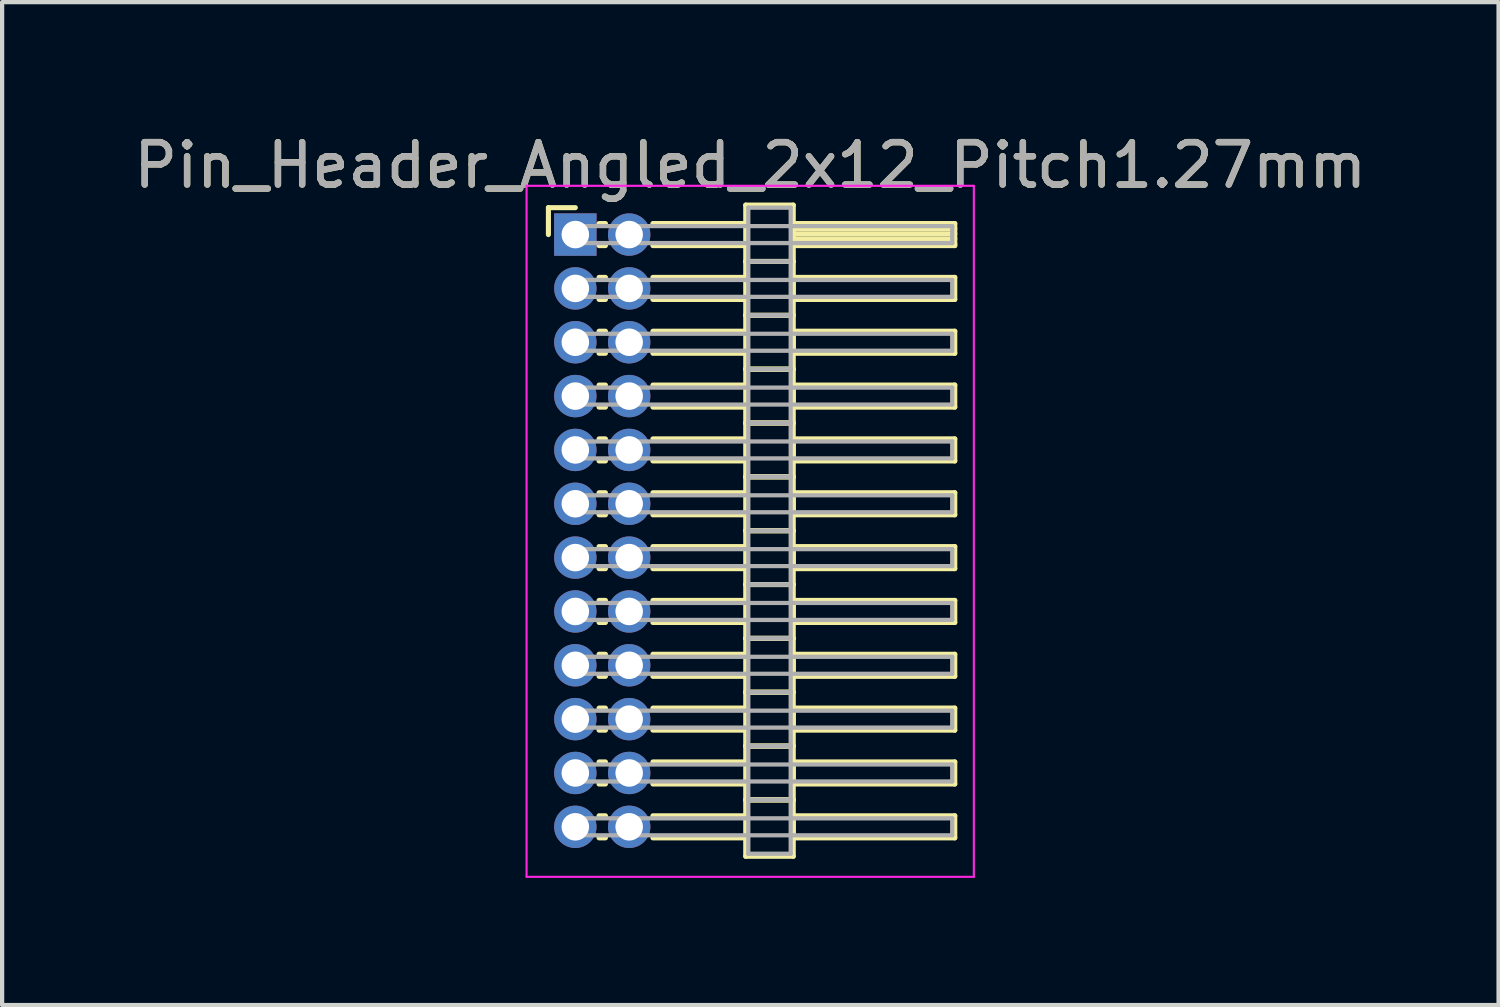
<source format=kicad_pcb>
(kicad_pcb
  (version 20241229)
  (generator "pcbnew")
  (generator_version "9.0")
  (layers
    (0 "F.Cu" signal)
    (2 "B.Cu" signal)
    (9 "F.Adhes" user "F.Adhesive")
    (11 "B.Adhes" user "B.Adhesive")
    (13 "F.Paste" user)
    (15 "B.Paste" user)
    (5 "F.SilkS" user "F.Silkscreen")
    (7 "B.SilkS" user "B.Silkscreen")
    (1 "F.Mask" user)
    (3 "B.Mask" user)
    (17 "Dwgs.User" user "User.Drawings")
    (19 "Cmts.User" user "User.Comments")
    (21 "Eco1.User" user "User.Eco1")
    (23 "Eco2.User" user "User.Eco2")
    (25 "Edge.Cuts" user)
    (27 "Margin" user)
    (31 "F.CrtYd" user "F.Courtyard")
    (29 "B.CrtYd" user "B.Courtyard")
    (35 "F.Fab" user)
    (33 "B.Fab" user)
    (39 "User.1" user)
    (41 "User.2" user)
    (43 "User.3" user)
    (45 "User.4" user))
  (footprint "Pin_Header_Angled_2x12_Pitch1.27mm"
    (layer "F.Cu")
    (at 10.521 2.483)
    (property "Reference" "Pin_Header_Angled_2x12_Pitch1.27mm" (at 4.128 -1.635 0) (layer "F.SilkS") (effects (font (size 1 1) (thickness 0.15))))
    (attr through_hole)
    (fp_line (start -0.635 -0.635) (end 0 -0.635) (stroke (width 0.12) (type solid)) (layer "F.SilkS"))
    (fp_line (start -0.635 0) (end -0.635 -0.635) (stroke (width 0.12) (type solid)) (layer "F.SilkS"))
    (fp_line (start 0.56 -0.26) (end 0.71 -0.26) (stroke (width 0.12) (type solid)) (layer "F.SilkS"))
    (fp_line (start 0.56 0.26) (end 0.71 0.26) (stroke (width 0.12) (type solid)) (layer "F.SilkS"))
    (fp_line (start 0.56 1.01) (end 0.71 1.01) (stroke (width 0.12) (type solid)) (layer "F.SilkS"))
    (fp_line (start 0.56 1.53) (end 0.71 1.53) (stroke (width 0.12) (type solid)) (layer "F.SilkS"))
    (fp_line (start 0.56 2.28) (end 0.71 2.28) (stroke (width 0.12) (type solid)) (layer "F.SilkS"))
    (fp_line (start 0.56 2.8) (end 0.71 2.8) (stroke (width 0.12) (type solid)) (layer "F.SilkS"))
    (fp_line (start 0.56 3.55) (end 0.71 3.55) (stroke (width 0.12) (type solid)) (layer "F.SilkS"))
    (fp_line (start 0.56 4.07) (end 0.71 4.07) (stroke (width 0.12) (type solid)) (layer "F.SilkS"))
    (fp_line (start 0.56 4.82) (end 0.71 4.82) (stroke (width 0.12) (type solid)) (layer "F.SilkS"))
    (fp_line (start 0.56 5.34) (end 0.71 5.34) (stroke (width 0.12) (type solid)) (layer "F.SilkS"))
    (fp_line (start 0.56 6.09) (end 0.71 6.09) (stroke (width 0.12) (type solid)) (layer "F.SilkS"))
    (fp_line (start 0.56 6.61) (end 0.71 6.61) (stroke (width 0.12) (type solid)) (layer "F.SilkS"))
    (fp_line (start 0.56 7.36) (end 0.71 7.36) (stroke (width 0.12) (type solid)) (layer "F.SilkS"))
    (fp_line (start 0.56 7.88) (end 0.71 7.88) (stroke (width 0.12) (type solid)) (layer "F.SilkS"))
    (fp_line (start 0.56 8.63) (end 0.71 8.63) (stroke (width 0.12) (type solid)) (layer "F.SilkS"))
    (fp_line (start 0.56 9.15) (end 0.71 9.15) (stroke (width 0.12) (type solid)) (layer "F.SilkS"))
    (fp_line (start 0.56 9.9) (end 0.71 9.9) (stroke (width 0.12) (type solid)) (layer "F.SilkS"))
    (fp_line (start 0.56 10.42) (end 0.71 10.42) (stroke (width 0.12) (type solid)) (layer "F.SilkS"))
    (fp_line (start 0.56 11.17) (end 0.71 11.17) (stroke (width 0.12) (type solid)) (layer "F.SilkS"))
    (fp_line (start 0.56 11.69) (end 0.71 11.69) (stroke (width 0.12) (type solid)) (layer "F.SilkS"))
    (fp_line (start 0.56 12.44) (end 0.71 12.44) (stroke (width 0.12) (type solid)) (layer "F.SilkS"))
    (fp_line (start 0.56 12.96) (end 0.71 12.96) (stroke (width 0.12) (type solid)) (layer "F.SilkS"))
    (fp_line (start 0.56 13.71) (end 0.71 13.71) (stroke (width 0.12) (type solid)) (layer "F.SilkS"))
    (fp_line (start 0.56 14.23) (end 0.71 14.23) (stroke (width 0.12) (type solid)) (layer "F.SilkS"))
    (fp_line (start 1.83 -0.26) (end 4.02 -0.26) (stroke (width 0.12) (type solid)) (layer "F.SilkS"))
    (fp_line (start 1.83 0.26) (end 4.02 0.26) (stroke (width 0.12) (type solid)) (layer "F.SilkS"))
    (fp_line (start 1.83 1.01) (end 4.02 1.01) (stroke (width 0.12) (type solid)) (layer "F.SilkS"))
    (fp_line (start 1.83 1.53) (end 4.02 1.53) (stroke (width 0.12) (type solid)) (layer "F.SilkS"))
    (fp_line (start 1.83 2.28) (end 4.02 2.28) (stroke (width 0.12) (type solid)) (layer "F.SilkS"))
    (fp_line (start 1.83 2.8) (end 4.02 2.8) (stroke (width 0.12) (type solid)) (layer "F.SilkS"))
    (fp_line (start 1.83 3.55) (end 4.02 3.55) (stroke (width 0.12) (type solid)) (layer "F.SilkS"))
    (fp_line (start 1.83 4.07) (end 4.02 4.07) (stroke (width 0.12) (type solid)) (layer "F.SilkS"))
    (fp_line (start 1.83 4.82) (end 4.02 4.82) (stroke (width 0.12) (type solid)) (layer "F.SilkS"))
    (fp_line (start 1.83 5.34) (end 4.02 5.34) (stroke (width 0.12) (type solid)) (layer "F.SilkS"))
    (fp_line (start 1.83 6.09) (end 4.02 6.09) (stroke (width 0.12) (type solid)) (layer "F.SilkS"))
    (fp_line (start 1.83 6.61) (end 4.02 6.61) (stroke (width 0.12) (type solid)) (layer "F.SilkS"))
    (fp_line (start 1.83 7.36) (end 4.02 7.36) (stroke (width 0.12) (type solid)) (layer "F.SilkS"))
    (fp_line (start 1.83 7.88) (end 4.02 7.88) (stroke (width 0.12) (type solid)) (layer "F.SilkS"))
    (fp_line (start 1.83 8.63) (end 4.02 8.63) (stroke (width 0.12) (type solid)) (layer "F.SilkS"))
    (fp_line (start 1.83 9.15) (end 4.02 9.15) (stroke (width 0.12) (type solid)) (layer "F.SilkS"))
    (fp_line (start 1.83 9.9) (end 4.02 9.9) (stroke (width 0.12) (type solid)) (layer "F.SilkS"))
    (fp_line (start 1.83 10.42) (end 4.02 10.42) (stroke (width 0.12) (type solid)) (layer "F.SilkS"))
    (fp_line (start 1.83 11.17) (end 4.02 11.17) (stroke (width 0.12) (type solid)) (layer "F.SilkS"))
    (fp_line (start 1.83 11.69) (end 4.02 11.69) (stroke (width 0.12) (type solid)) (layer "F.SilkS"))
    (fp_line (start 1.83 12.44) (end 4.02 12.44) (stroke (width 0.12) (type solid)) (layer "F.SilkS"))
    (fp_line (start 1.83 12.96) (end 4.02 12.96) (stroke (width 0.12) (type solid)) (layer "F.SilkS"))
    (fp_line (start 1.83 13.71) (end 4.02 13.71) (stroke (width 0.12) (type solid)) (layer "F.SilkS"))
    (fp_line (start 1.83 14.23) (end 4.02 14.23) (stroke (width 0.12) (type solid)) (layer "F.SilkS"))
    (fp_line (start 4.02 -0.695) (end 4.02 0.635) (stroke (width 0.12) (type solid)) (layer "F.SilkS"))
    (fp_line (start 4.02 0.635) (end 4.02 1.905) (stroke (width 0.12) (type solid)) (layer "F.SilkS"))
    (fp_line (start 4.02 0.635) (end 5.14 0.635) (stroke (width 0.12) (type solid)) (layer "F.SilkS"))
    (fp_line (start 4.02 1.905) (end 4.02 3.175) (stroke (width 0.12) (type solid)) (layer "F.SilkS"))
    (fp_line (start 4.02 1.905) (end 5.14 1.905) (stroke (width 0.12) (type solid)) (layer "F.SilkS"))
    (fp_line (start 4.02 3.175) (end 4.02 4.445) (stroke (width 0.12) (type solid)) (layer "F.SilkS"))
    (fp_line (start 4.02 3.175) (end 5.14 3.175) (stroke (width 0.12) (type solid)) (layer "F.SilkS"))
    (fp_line (start 4.02 4.445) (end 4.02 5.715) (stroke (width 0.12) (type solid)) (layer "F.SilkS"))
    (fp_line (start 4.02 4.445) (end 5.14 4.445) (stroke (width 0.12) (type solid)) (layer "F.SilkS"))
    (fp_line (start 4.02 5.715) (end 4.02 6.985) (stroke (width 0.12) (type solid)) (layer "F.SilkS"))
    (fp_line (start 4.02 5.715) (end 5.14 5.715) (stroke (width 0.12) (type solid)) (layer "F.SilkS"))
    (fp_line (start 4.02 6.985) (end 4.02 8.255) (stroke (width 0.12) (type solid)) (layer "F.SilkS"))
    (fp_line (start 4.02 6.985) (end 5.14 6.985) (stroke (width 0.12) (type solid)) (layer "F.SilkS"))
    (fp_line (start 4.02 8.255) (end 4.02 9.525) (stroke (width 0.12) (type solid)) (layer "F.SilkS"))
    (fp_line (start 4.02 8.255) (end 5.14 8.255) (stroke (width 0.12) (type solid)) (layer "F.SilkS"))
    (fp_line (start 4.02 9.525) (end 4.02 10.795) (stroke (width 0.12) (type solid)) (layer "F.SilkS"))
    (fp_line (start 4.02 9.525) (end 5.14 9.525) (stroke (width 0.12) (type solid)) (layer "F.SilkS"))
    (fp_line (start 4.02 10.795) (end 4.02 12.065) (stroke (width 0.12) (type solid)) (layer "F.SilkS"))
    (fp_line (start 4.02 10.795) (end 5.14 10.795) (stroke (width 0.12) (type solid)) (layer "F.SilkS"))
    (fp_line (start 4.02 12.065) (end 4.02 13.335) (stroke (width 0.12) (type solid)) (layer "F.SilkS"))
    (fp_line (start 4.02 12.065) (end 5.14 12.065) (stroke (width 0.12) (type solid)) (layer "F.SilkS"))
    (fp_line (start 4.02 13.335) (end 4.02 14.665) (stroke (width 0.12) (type solid)) (layer "F.SilkS"))
    (fp_line (start 4.02 13.335) (end 5.14 13.335) (stroke (width 0.12) (type solid)) (layer "F.SilkS"))
    (fp_line (start 4.02 14.665) (end 5.14 14.665) (stroke (width 0.12) (type solid)) (layer "F.SilkS"))
    (fp_line (start 5.14 -0.695) (end 4.02 -0.695) (stroke (width 0.12) (type solid)) (layer "F.SilkS"))
    (fp_line (start 5.14 -0.26) (end 5.14 0.26) (stroke (width 0.12) (type solid)) (layer "F.SilkS"))
    (fp_line (start 5.14 -0.14) (end 8.95 -0.14) (stroke (width 0.12) (type solid)) (layer "F.SilkS"))
    (fp_line (start 5.14 -0.02) (end 8.95 -0.02) (stroke (width 0.12) (type solid)) (layer "F.SilkS"))
    (fp_line (start 5.14 0.1) (end 8.95 0.1) (stroke (width 0.12) (type solid)) (layer "F.SilkS"))
    (fp_line (start 5.14 0.22) (end 8.95 0.22) (stroke (width 0.12) (type solid)) (layer "F.SilkS"))
    (fp_line (start 5.14 0.26) (end 8.95 0.26) (stroke (width 0.12) (type solid)) (layer "F.SilkS"))
    (fp_line (start 5.14 0.635) (end 4.02 0.635) (stroke (width 0.12) (type solid)) (layer "F.SilkS"))
    (fp_line (start 5.14 0.635) (end 5.14 -0.695) (stroke (width 0.12) (type solid)) (layer "F.SilkS"))
    (fp_line (start 5.14 1.01) (end 5.14 1.53) (stroke (width 0.12) (type solid)) (layer "F.SilkS"))
    (fp_line (start 5.14 1.53) (end 8.95 1.53) (stroke (width 0.12) (type solid)) (layer "F.SilkS"))
    (fp_line (start 5.14 1.905) (end 4.02 1.905) (stroke (width 0.12) (type solid)) (layer "F.SilkS"))
    (fp_line (start 5.14 1.905) (end 5.14 0.635) (stroke (width 0.12) (type solid)) (layer "F.SilkS"))
    (fp_line (start 5.14 2.28) (end 5.14 2.8) (stroke (width 0.12) (type solid)) (layer "F.SilkS"))
    (fp_line (start 5.14 2.8) (end 8.95 2.8) (stroke (width 0.12) (type solid)) (layer "F.SilkS"))
    (fp_line (start 5.14 3.175) (end 4.02 3.175) (stroke (width 0.12) (type solid)) (layer "F.SilkS"))
    (fp_line (start 5.14 3.175) (end 5.14 1.905) (stroke (width 0.12) (type solid)) (layer "F.SilkS"))
    (fp_line (start 5.14 3.55) (end 5.14 4.07) (stroke (width 0.12) (type solid)) (layer "F.SilkS"))
    (fp_line (start 5.14 4.07) (end 8.95 4.07) (stroke (width 0.12) (type solid)) (layer "F.SilkS"))
    (fp_line (start 5.14 4.445) (end 4.02 4.445) (stroke (width 0.12) (type solid)) (layer "F.SilkS"))
    (fp_line (start 5.14 4.445) (end 5.14 3.175) (stroke (width 0.12) (type solid)) (layer "F.SilkS"))
    (fp_line (start 5.14 4.82) (end 5.14 5.34) (stroke (width 0.12) (type solid)) (layer "F.SilkS"))
    (fp_line (start 5.14 5.34) (end 8.95 5.34) (stroke (width 0.12) (type solid)) (layer "F.SilkS"))
    (fp_line (start 5.14 5.715) (end 4.02 5.715) (stroke (width 0.12) (type solid)) (layer "F.SilkS"))
    (fp_line (start 5.14 5.715) (end 5.14 4.445) (stroke (width 0.12) (type solid)) (layer "F.SilkS"))
    (fp_line (start 5.14 6.09) (end 5.14 6.61) (stroke (width 0.12) (type solid)) (layer "F.SilkS"))
    (fp_line (start 5.14 6.61) (end 8.95 6.61) (stroke (width 0.12) (type solid)) (layer "F.SilkS"))
    (fp_line (start 5.14 6.985) (end 4.02 6.985) (stroke (width 0.12) (type solid)) (layer "F.SilkS"))
    (fp_line (start 5.14 6.985) (end 5.14 5.715) (stroke (width 0.12) (type solid)) (layer "F.SilkS"))
    (fp_line (start 5.14 7.36) (end 5.14 7.88) (stroke (width 0.12) (type solid)) (layer "F.SilkS"))
    (fp_line (start 5.14 7.88) (end 8.95 7.88) (stroke (width 0.12) (type solid)) (layer "F.SilkS"))
    (fp_line (start 5.14 8.255) (end 4.02 8.255) (stroke (width 0.12) (type solid)) (layer "F.SilkS"))
    (fp_line (start 5.14 8.255) (end 5.14 6.985) (stroke (width 0.12) (type solid)) (layer "F.SilkS"))
    (fp_line (start 5.14 8.63) (end 5.14 9.15) (stroke (width 0.12) (type solid)) (layer "F.SilkS"))
    (fp_line (start 5.14 9.15) (end 8.95 9.15) (stroke (width 0.12) (type solid)) (layer "F.SilkS"))
    (fp_line (start 5.14 9.525) (end 4.02 9.525) (stroke (width 0.12) (type solid)) (layer "F.SilkS"))
    (fp_line (start 5.14 9.525) (end 5.14 8.255) (stroke (width 0.12) (type solid)) (layer "F.SilkS"))
    (fp_line (start 5.14 9.9) (end 5.14 10.42) (stroke (width 0.12) (type solid)) (layer "F.SilkS"))
    (fp_line (start 5.14 10.42) (end 8.95 10.42) (stroke (width 0.12) (type solid)) (layer "F.SilkS"))
    (fp_line (start 5.14 10.795) (end 4.02 10.795) (stroke (width 0.12) (type solid)) (layer "F.SilkS"))
    (fp_line (start 5.14 10.795) (end 5.14 9.525) (stroke (width 0.12) (type solid)) (layer "F.SilkS"))
    (fp_line (start 5.14 11.17) (end 5.14 11.69) (stroke (width 0.12) (type solid)) (layer "F.SilkS"))
    (fp_line (start 5.14 11.69) (end 8.95 11.69) (stroke (width 0.12) (type solid)) (layer "F.SilkS"))
    (fp_line (start 5.14 12.065) (end 4.02 12.065) (stroke (width 0.12) (type solid)) (layer "F.SilkS"))
    (fp_line (start 5.14 12.065) (end 5.14 10.795) (stroke (width 0.12) (type solid)) (layer "F.SilkS"))
    (fp_line (start 5.14 12.44) (end 5.14 12.96) (stroke (width 0.12) (type solid)) (layer "F.SilkS"))
    (fp_line (start 5.14 12.96) (end 8.95 12.96) (stroke (width 0.12) (type solid)) (layer "F.SilkS"))
    (fp_line (start 5.14 13.335) (end 4.02 13.335) (stroke (width 0.12) (type solid)) (layer "F.SilkS"))
    (fp_line (start 5.14 13.335) (end 5.14 12.065) (stroke (width 0.12) (type solid)) (layer "F.SilkS"))
    (fp_line (start 5.14 13.71) (end 5.14 14.23) (stroke (width 0.12) (type solid)) (layer "F.SilkS"))
    (fp_line (start 5.14 14.23) (end 8.95 14.23) (stroke (width 0.12) (type solid)) (layer "F.SilkS"))
    (fp_line (start 5.14 14.665) (end 5.14 13.335) (stroke (width 0.12) (type solid)) (layer "F.SilkS"))
    (fp_line (start 8.95 -0.26) (end 5.14 -0.26) (stroke (width 0.12) (type solid)) (layer "F.SilkS"))
    (fp_line (start 8.95 0.26) (end 8.95 -0.26) (stroke (width 0.12) (type solid)) (layer "F.SilkS"))
    (fp_line (start 8.95 1.01) (end 5.14 1.01) (stroke (width 0.12) (type solid)) (layer "F.SilkS"))
    (fp_line (start 8.95 1.53) (end 8.95 1.01) (stroke (width 0.12) (type solid)) (layer "F.SilkS"))
    (fp_line (start 8.95 2.28) (end 5.14 2.28) (stroke (width 0.12) (type solid)) (layer "F.SilkS"))
    (fp_line (start 8.95 2.8) (end 8.95 2.28) (stroke (width 0.12) (type solid)) (layer "F.SilkS"))
    (fp_line (start 8.95 3.55) (end 5.14 3.55) (stroke (width 0.12) (type solid)) (layer "F.SilkS"))
    (fp_line (start 8.95 4.07) (end 8.95 3.55) (stroke (width 0.12) (type solid)) (layer "F.SilkS"))
    (fp_line (start 8.95 4.82) (end 5.14 4.82) (stroke (width 0.12) (type solid)) (layer "F.SilkS"))
    (fp_line (start 8.95 5.34) (end 8.95 4.82) (stroke (width 0.12) (type solid)) (layer "F.SilkS"))
    (fp_line (start 8.95 6.09) (end 5.14 6.09) (stroke (width 0.12) (type solid)) (layer "F.SilkS"))
    (fp_line (start 8.95 6.61) (end 8.95 6.09) (stroke (width 0.12) (type solid)) (layer "F.SilkS"))
    (fp_line (start 8.95 7.36) (end 5.14 7.36) (stroke (width 0.12) (type solid)) (layer "F.SilkS"))
    (fp_line (start 8.95 7.88) (end 8.95 7.36) (stroke (width 0.12) (type solid)) (layer "F.SilkS"))
    (fp_line (start 8.95 8.63) (end 5.14 8.63) (stroke (width 0.12) (type solid)) (layer "F.SilkS"))
    (fp_line (start 8.95 9.15) (end 8.95 8.63) (stroke (width 0.12) (type solid)) (layer "F.SilkS"))
    (fp_line (start 8.95 9.9) (end 5.14 9.9) (stroke (width 0.12) (type solid)) (layer "F.SilkS"))
    (fp_line (start 8.95 10.42) (end 8.95 9.9) (stroke (width 0.12) (type solid)) (layer "F.SilkS"))
    (fp_line (start 8.95 11.17) (end 5.14 11.17) (stroke (width 0.12) (type solid)) (layer "F.SilkS"))
    (fp_line (start 8.95 11.69) (end 8.95 11.17) (stroke (width 0.12) (type solid)) (layer "F.SilkS"))
    (fp_line (start 8.95 12.44) (end 5.14 12.44) (stroke (width 0.12) (type solid)) (layer "F.SilkS"))
    (fp_line (start 8.95 12.96) (end 8.95 12.44) (stroke (width 0.12) (type solid)) (layer "F.SilkS"))
    (fp_line (start 8.95 13.71) (end 5.14 13.71) (stroke (width 0.12) (type solid)) (layer "F.SilkS"))
    (fp_line (start 8.95 14.23) (end 8.95 13.71) (stroke (width 0.12) (type solid)) (layer "F.SilkS"))
    (fp_line (start -1.15 -1.15) (end -1.15 15.15) (stroke (width 0.05) (type solid)) (layer "F.CrtYd"))
    (fp_line (start -1.15 15.15) (end 9.4 15.15) (stroke (width 0.05) (type solid)) (layer "F.CrtYd"))
    (fp_line (start 9.4 -1.15) (end -1.15 -1.15) (stroke (width 0.05) (type solid)) (layer "F.CrtYd"))
    (fp_line (start 9.4 15.15) (end 9.4 -1.15) (stroke (width 0.05) (type solid)) (layer "F.CrtYd"))
    (fp_line (start 0 -0.2) (end 0 0.2) (stroke (width 0.1) (type solid)) (layer "F.Fab"))
    (fp_line (start 0 0.2) (end 8.89 0.2) (stroke (width 0.1) (type solid)) (layer "F.Fab"))
    (fp_line (start 0 1.07) (end 0 1.47) (stroke (width 0.1) (type solid)) (layer "F.Fab"))
    (fp_line (start 0 1.47) (end 8.89 1.47) (stroke (width 0.1) (type solid)) (layer "F.Fab"))
    (fp_line (start 0 2.34) (end 0 2.74) (stroke (width 0.1) (type solid)) (layer "F.Fab"))
    (fp_line (start 0 2.74) (end 8.89 2.74) (stroke (width 0.1) (type solid)) (layer "F.Fab"))
    (fp_line (start 0 3.61) (end 0 4.01) (stroke (width 0.1) (type solid)) (layer "F.Fab"))
    (fp_line (start 0 4.01) (end 8.89 4.01) (stroke (width 0.1) (type solid)) (layer "F.Fab"))
    (fp_line (start 0 4.88) (end 0 5.28) (stroke (width 0.1) (type solid)) (layer "F.Fab"))
    (fp_line (start 0 5.28) (end 8.89 5.28) (stroke (width 0.1) (type solid)) (layer "F.Fab"))
    (fp_line (start 0 6.15) (end 0 6.55) (stroke (width 0.1) (type solid)) (layer "F.Fab"))
    (fp_line (start 0 6.55) (end 8.89 6.55) (stroke (width 0.1) (type solid)) (layer "F.Fab"))
    (fp_line (start 0 7.42) (end 0 7.82) (stroke (width 0.1) (type solid)) (layer "F.Fab"))
    (fp_line (start 0 7.82) (end 8.89 7.82) (stroke (width 0.1) (type solid)) (layer "F.Fab"))
    (fp_line (start 0 8.69) (end 0 9.09) (stroke (width 0.1) (type solid)) (layer "F.Fab"))
    (fp_line (start 0 9.09) (end 8.89 9.09) (stroke (width 0.1) (type solid)) (layer "F.Fab"))
    (fp_line (start 0 9.96) (end 0 10.36) (stroke (width 0.1) (type solid)) (layer "F.Fab"))
    (fp_line (start 0 10.36) (end 8.89 10.36) (stroke (width 0.1) (type solid)) (layer "F.Fab"))
    (fp_line (start 0 11.23) (end 0 11.63) (stroke (width 0.1) (type solid)) (layer "F.Fab"))
    (fp_line (start 0 11.63) (end 8.89 11.63) (stroke (width 0.1) (type solid)) (layer "F.Fab"))
    (fp_line (start 0 12.5) (end 0 12.9) (stroke (width 0.1) (type solid)) (layer "F.Fab"))
    (fp_line (start 0 12.9) (end 8.89 12.9) (stroke (width 0.1) (type solid)) (layer "F.Fab"))
    (fp_line (start 0 13.77) (end 0 14.17) (stroke (width 0.1) (type solid)) (layer "F.Fab"))
    (fp_line (start 0 14.17) (end 8.89 14.17) (stroke (width 0.1) (type solid)) (layer "F.Fab"))
    (fp_line (start 4.08 -0.635) (end 4.08 0.635) (stroke (width 0.1) (type solid)) (layer "F.Fab"))
    (fp_line (start 4.08 0.635) (end 4.08 1.905) (stroke (width 0.1) (type solid)) (layer "F.Fab"))
    (fp_line (start 4.08 0.635) (end 5.08 0.635) (stroke (width 0.1) (type solid)) (layer "F.Fab"))
    (fp_line (start 4.08 1.905) (end 4.08 3.175) (stroke (width 0.1) (type solid)) (layer "F.Fab"))
    (fp_line (start 4.08 1.905) (end 5.08 1.905) (stroke (width 0.1) (type solid)) (layer "F.Fab"))
    (fp_line (start 4.08 3.175) (end 4.08 4.445) (stroke (width 0.1) (type solid)) (layer "F.Fab"))
    (fp_line (start 4.08 3.175) (end 5.08 3.175) (stroke (width 0.1) (type solid)) (layer "F.Fab"))
    (fp_line (start 4.08 4.445) (end 4.08 5.715) (stroke (width 0.1) (type solid)) (layer "F.Fab"))
    (fp_line (start 4.08 4.445) (end 5.08 4.445) (stroke (width 0.1) (type solid)) (layer "F.Fab"))
    (fp_line (start 4.08 5.715) (end 4.08 6.985) (stroke (width 0.1) (type solid)) (layer "F.Fab"))
    (fp_line (start 4.08 5.715) (end 5.08 5.715) (stroke (width 0.1) (type solid)) (layer "F.Fab"))
    (fp_line (start 4.08 6.985) (end 4.08 8.255) (stroke (width 0.1) (type solid)) (layer "F.Fab"))
    (fp_line (start 4.08 6.985) (end 5.08 6.985) (stroke (width 0.1) (type solid)) (layer "F.Fab"))
    (fp_line (start 4.08 8.255) (end 4.08 9.525) (stroke (width 0.1) (type solid)) (layer "F.Fab"))
    (fp_line (start 4.08 8.255) (end 5.08 8.255) (stroke (width 0.1) (type solid)) (layer "F.Fab"))
    (fp_line (start 4.08 9.525) (end 4.08 10.795) (stroke (width 0.1) (type solid)) (layer "F.Fab"))
    (fp_line (start 4.08 9.525) (end 5.08 9.525) (stroke (width 0.1) (type solid)) (layer "F.Fab"))
    (fp_line (start 4.08 10.795) (end 4.08 12.065) (stroke (width 0.1) (type solid)) (layer "F.Fab"))
    (fp_line (start 4.08 10.795) (end 5.08 10.795) (stroke (width 0.1) (type solid)) (layer "F.Fab"))
    (fp_line (start 4.08 12.065) (end 4.08 13.335) (stroke (width 0.1) (type solid)) (layer "F.Fab"))
    (fp_line (start 4.08 12.065) (end 5.08 12.065) (stroke (width 0.1) (type solid)) (layer "F.Fab"))
    (fp_line (start 4.08 13.335) (end 4.08 14.605) (stroke (width 0.1) (type solid)) (layer "F.Fab"))
    (fp_line (start 4.08 13.335) (end 5.08 13.335) (stroke (width 0.1) (type solid)) (layer "F.Fab"))
    (fp_line (start 4.08 14.605) (end 5.08 14.605) (stroke (width 0.1) (type solid)) (layer "F.Fab"))
    (fp_line (start 5.08 -0.635) (end 4.08 -0.635) (stroke (width 0.1) (type solid)) (layer "F.Fab"))
    (fp_line (start 5.08 0.635) (end 4.08 0.635) (stroke (width 0.1) (type solid)) (layer "F.Fab"))
    (fp_line (start 5.08 0.635) (end 5.08 -0.635) (stroke (width 0.1) (type solid)) (layer "F.Fab"))
    (fp_line (start 5.08 1.905) (end 4.08 1.905) (stroke (width 0.1) (type solid)) (layer "F.Fab"))
    (fp_line (start 5.08 1.905) (end 5.08 0.635) (stroke (width 0.1) (type solid)) (layer "F.Fab"))
    (fp_line (start 5.08 3.175) (end 4.08 3.175) (stroke (width 0.1) (type solid)) (layer "F.Fab"))
    (fp_line (start 5.08 3.175) (end 5.08 1.905) (stroke (width 0.1) (type solid)) (layer "F.Fab"))
    (fp_line (start 5.08 4.445) (end 4.08 4.445) (stroke (width 0.1) (type solid)) (layer "F.Fab"))
    (fp_line (start 5.08 4.445) (end 5.08 3.175) (stroke (width 0.1) (type solid)) (layer "F.Fab"))
    (fp_line (start 5.08 5.715) (end 4.08 5.715) (stroke (width 0.1) (type solid)) (layer "F.Fab"))
    (fp_line (start 5.08 5.715) (end 5.08 4.445) (stroke (width 0.1) (type solid)) (layer "F.Fab"))
    (fp_line (start 5.08 6.985) (end 4.08 6.985) (stroke (width 0.1) (type solid)) (layer "F.Fab"))
    (fp_line (start 5.08 6.985) (end 5.08 5.715) (stroke (width 0.1) (type solid)) (layer "F.Fab"))
    (fp_line (start 5.08 8.255) (end 4.08 8.255) (stroke (width 0.1) (type solid)) (layer "F.Fab"))
    (fp_line (start 5.08 8.255) (end 5.08 6.985) (stroke (width 0.1) (type solid)) (layer "F.Fab"))
    (fp_line (start 5.08 9.525) (end 4.08 9.525) (stroke (width 0.1) (type solid)) (layer "F.Fab"))
    (fp_line (start 5.08 9.525) (end 5.08 8.255) (stroke (width 0.1) (type solid)) (layer "F.Fab"))
    (fp_line (start 5.08 10.795) (end 4.08 10.795) (stroke (width 0.1) (type solid)) (layer "F.Fab"))
    (fp_line (start 5.08 10.795) (end 5.08 9.525) (stroke (width 0.1) (type solid)) (layer "F.Fab"))
    (fp_line (start 5.08 12.065) (end 4.08 12.065) (stroke (width 0.1) (type solid)) (layer "F.Fab"))
    (fp_line (start 5.08 12.065) (end 5.08 10.795) (stroke (width 0.1) (type solid)) (layer "F.Fab"))
    (fp_line (start 5.08 13.335) (end 4.08 13.335) (stroke (width 0.1) (type solid)) (layer "F.Fab"))
    (fp_line (start 5.08 13.335) (end 5.08 12.065) (stroke (width 0.1) (type solid)) (layer "F.Fab"))
    (fp_line (start 5.08 14.605) (end 5.08 13.335) (stroke (width 0.1) (type solid)) (layer "F.Fab"))
    (fp_line (start 8.89 -0.2) (end 0 -0.2) (stroke (width 0.1) (type solid)) (layer "F.Fab"))
    (fp_line (start 8.89 0.2) (end 8.89 -0.2) (stroke (width 0.1) (type solid)) (layer "F.Fab"))
    (fp_line (start 8.89 1.07) (end 0 1.07) (stroke (width 0.1) (type solid)) (layer "F.Fab"))
    (fp_line (start 8.89 1.47) (end 8.89 1.07) (stroke (width 0.1) (type solid)) (layer "F.Fab"))
    (fp_line (start 8.89 2.34) (end 0 2.34) (stroke (width 0.1) (type solid)) (layer "F.Fab"))
    (fp_line (start 8.89 2.74) (end 8.89 2.34) (stroke (width 0.1) (type solid)) (layer "F.Fab"))
    (fp_line (start 8.89 3.61) (end 0 3.61) (stroke (width 0.1) (type solid)) (layer "F.Fab"))
    (fp_line (start 8.89 4.01) (end 8.89 3.61) (stroke (width 0.1) (type solid)) (layer "F.Fab"))
    (fp_line (start 8.89 4.88) (end 0 4.88) (stroke (width 0.1) (type solid)) (layer "F.Fab"))
    (fp_line (start 8.89 5.28) (end 8.89 4.88) (stroke (width 0.1) (type solid)) (layer "F.Fab"))
    (fp_line (start 8.89 6.15) (end 0 6.15) (stroke (width 0.1) (type solid)) (layer "F.Fab"))
    (fp_line (start 8.89 6.55) (end 8.89 6.15) (stroke (width 0.1) (type solid)) (layer "F.Fab"))
    (fp_line (start 8.89 7.42) (end 0 7.42) (stroke (width 0.1) (type solid)) (layer "F.Fab"))
    (fp_line (start 8.89 7.82) (end 8.89 7.42) (stroke (width 0.1) (type solid)) (layer "F.Fab"))
    (fp_line (start 8.89 8.69) (end 0 8.69) (stroke (width 0.1) (type solid)) (layer "F.Fab"))
    (fp_line (start 8.89 9.09) (end 8.89 8.69) (stroke (width 0.1) (type solid)) (layer "F.Fab"))
    (fp_line (start 8.89 9.96) (end 0 9.96) (stroke (width 0.1) (type solid)) (layer "F.Fab"))
    (fp_line (start 8.89 10.36) (end 8.89 9.96) (stroke (width 0.1) (type solid)) (layer "F.Fab"))
    (fp_line (start 8.89 11.23) (end 0 11.23) (stroke (width 0.1) (type solid)) (layer "F.Fab"))
    (fp_line (start 8.89 11.63) (end 8.89 11.23) (stroke (width 0.1) (type solid)) (layer "F.Fab"))
    (fp_line (start 8.89 12.5) (end 0 12.5) (stroke (width 0.1) (type solid)) (layer "F.Fab"))
    (fp_line (start 8.89 12.9) (end 8.89 12.5) (stroke (width 0.1) (type solid)) (layer "F.Fab"))
    (fp_line (start 8.89 13.77) (end 0 13.77) (stroke (width 0.1) (type solid)) (layer "F.Fab"))
    (fp_line (start 8.89 14.17) (end 8.89 13.77) (stroke (width 0.1) (type solid)) (layer "F.Fab"))
    (fp_text user "${REFERENCE}" (at 4.128 -1.635 0) (layer "F.Fab") (effects (font (size 1 1) (thickness 0.15))))
    (pad "1" thru_hole rect (at 0 0) (size 1 1) (drill 0.65) (layers "*.Cu" "*.Mask"))
    (pad "2" thru_hole oval (at 1.27 0) (size 1 1) (drill 0.65) (layers "*.Cu" "*.Mask"))
    (pad "3" thru_hole oval (at 0 1.27) (size 1 1) (drill 0.65) (layers "*.Cu" "*.Mask"))
    (pad "4" thru_hole oval (at 1.27 1.27) (size 1 1) (drill 0.65) (layers "*.Cu" "*.Mask"))
    (pad "5" thru_hole oval (at 0 2.54) (size 1 1) (drill 0.65) (layers "*.Cu" "*.Mask"))
    (pad "6" thru_hole oval (at 1.27 2.54) (size 1 1) (drill 0.65) (layers "*.Cu" "*.Mask"))
    (pad "7" thru_hole oval (at 0 3.81) (size 1 1) (drill 0.65) (layers "*.Cu" "*.Mask"))
    (pad "8" thru_hole oval (at 1.27 3.81) (size 1 1) (drill 0.65) (layers "*.Cu" "*.Mask"))
    (pad "9" thru_hole oval (at 0 5.08) (size 1 1) (drill 0.65) (layers "*.Cu" "*.Mask"))
    (pad "10" thru_hole oval (at 1.27 5.08) (size 1 1) (drill 0.65) (layers "*.Cu" "*.Mask"))
    (pad "11" thru_hole oval (at 0 6.35) (size 1 1) (drill 0.65) (layers "*.Cu" "*.Mask"))
    (pad "12" thru_hole oval (at 1.27 6.35) (size 1 1) (drill 0.65) (layers "*.Cu" "*.Mask"))
    (pad "13" thru_hole oval (at 0 7.62) (size 1 1) (drill 0.65) (layers "*.Cu" "*.Mask"))
    (pad "14" thru_hole oval (at 1.27 7.62) (size 1 1) (drill 0.65) (layers "*.Cu" "*.Mask"))
    (pad "15" thru_hole oval (at 0 8.89) (size 1 1) (drill 0.65) (layers "*.Cu" "*.Mask"))
    (pad "16" thru_hole oval (at 1.27 8.89) (size 1 1) (drill 0.65) (layers "*.Cu" "*.Mask"))
    (pad "17" thru_hole oval (at 0 10.16) (size 1 1) (drill 0.65) (layers "*.Cu" "*.Mask"))
    (pad "18" thru_hole oval (at 1.27 10.16) (size 1 1) (drill 0.65) (layers "*.Cu" "*.Mask"))
    (pad "19" thru_hole oval (at 0 11.43) (size 1 1) (drill 0.65) (layers "*.Cu" "*.Mask"))
    (pad "20" thru_hole oval (at 1.27 11.43) (size 1 1) (drill 0.65) (layers "*.Cu" "*.Mask"))
    (pad "21" thru_hole oval (at 0 12.7) (size 1 1) (drill 0.65) (layers "*.Cu" "*.Mask"))
    (pad "22" thru_hole oval (at 1.27 12.7) (size 1 1) (drill 0.65) (layers "*.Cu" "*.Mask"))
    (pad "23" thru_hole oval (at 0 13.97) (size 1 1) (drill 0.65) (layers "*.Cu" "*.Mask"))
    (pad "24" thru_hole oval (at 1.27 13.97) (size 1 1) (drill 0.65) (layers "*.Cu" "*.Mask")))
  (gr_rect
    (start -3 -3)
    (end 32.298 20.658)
    (stroke (width 0.1) (type default))
    (fill no)
    (layer "Edge.Cuts")))
</source>
